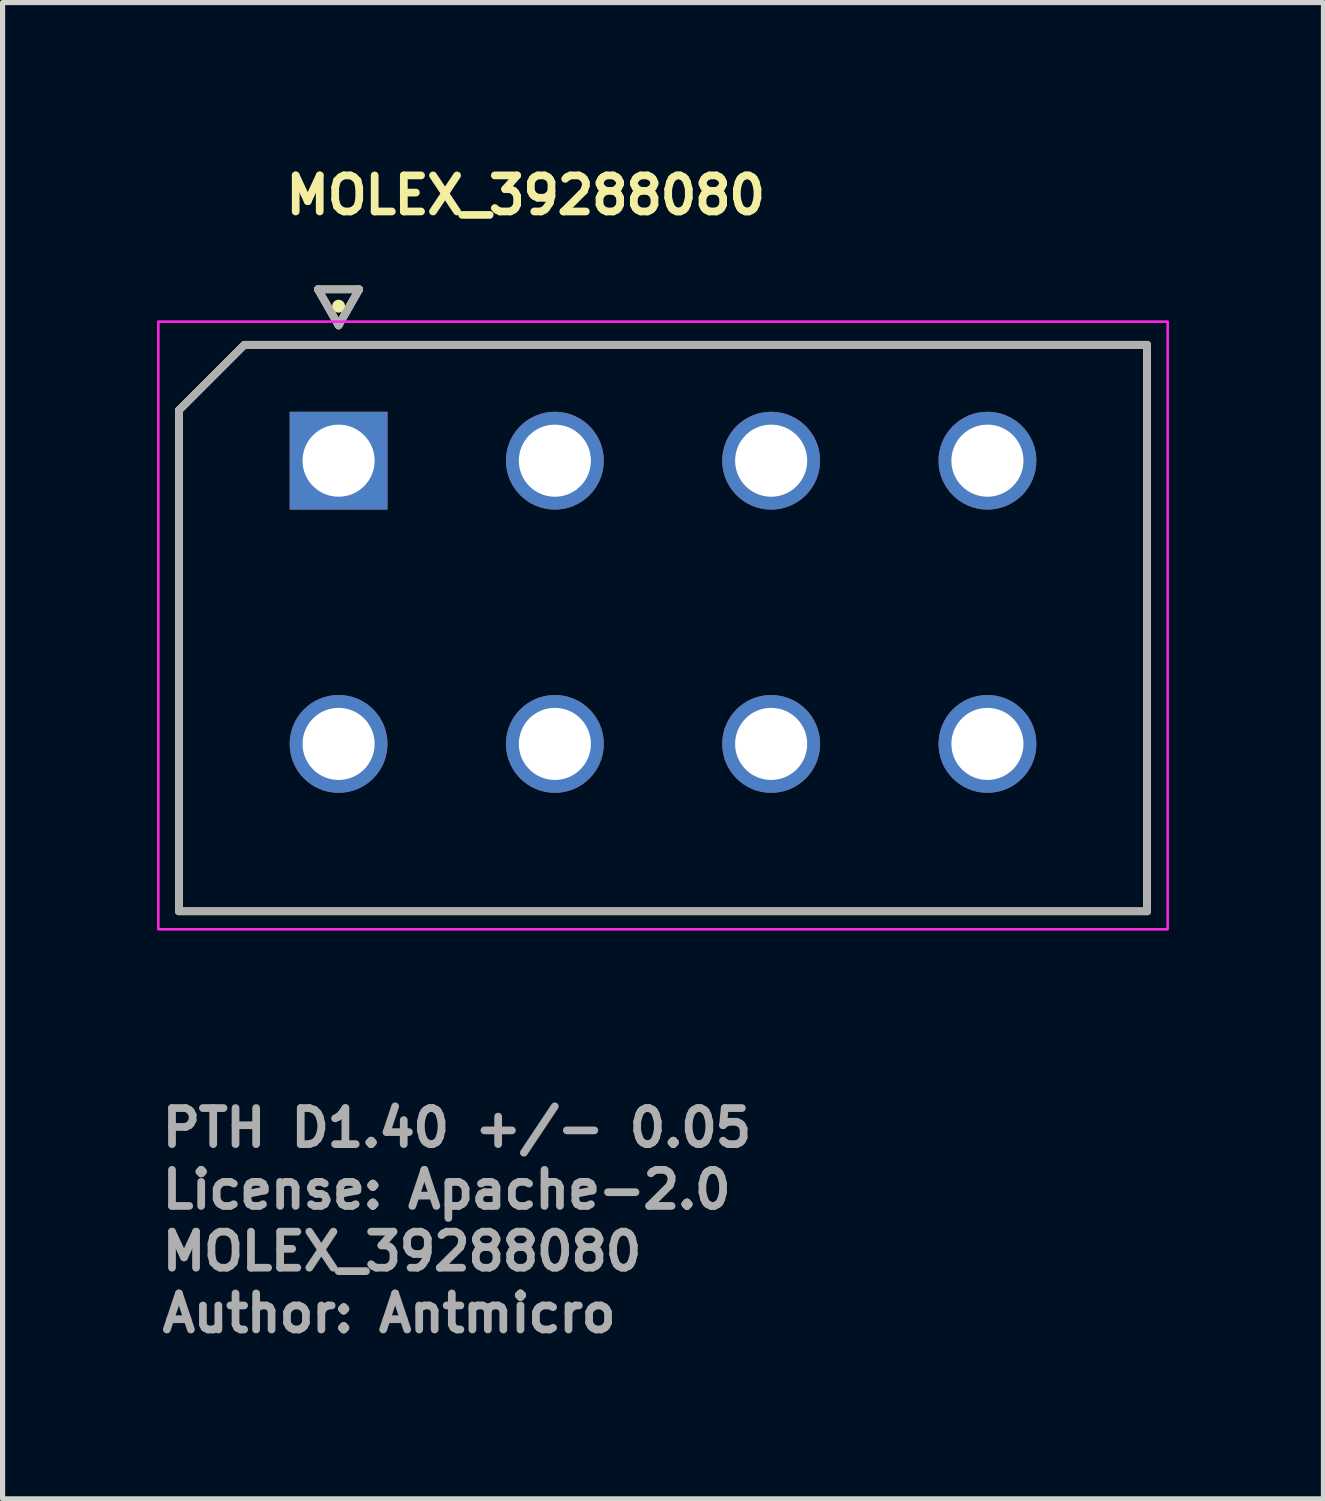
<source format=kicad_pcb>
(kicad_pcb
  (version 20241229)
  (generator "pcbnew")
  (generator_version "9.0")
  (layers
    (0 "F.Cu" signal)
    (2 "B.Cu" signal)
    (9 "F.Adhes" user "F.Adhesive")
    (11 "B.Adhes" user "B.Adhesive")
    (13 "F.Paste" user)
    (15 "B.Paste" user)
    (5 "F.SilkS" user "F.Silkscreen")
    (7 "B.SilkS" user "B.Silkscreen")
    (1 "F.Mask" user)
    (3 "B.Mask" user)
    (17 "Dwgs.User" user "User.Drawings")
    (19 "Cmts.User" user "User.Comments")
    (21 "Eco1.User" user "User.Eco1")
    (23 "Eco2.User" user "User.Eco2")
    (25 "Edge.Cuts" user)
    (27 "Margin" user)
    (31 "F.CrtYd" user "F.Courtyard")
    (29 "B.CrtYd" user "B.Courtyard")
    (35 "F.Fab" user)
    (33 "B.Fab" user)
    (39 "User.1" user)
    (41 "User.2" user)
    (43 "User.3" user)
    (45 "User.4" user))
  (footprint "MOLEX_39288080"
    (layer "F.Cu")
    (at 3.525 5.896)
    (property "Reference" "MOLEX_39288080" (at -1.098 -4.746 0) (layer "F.SilkS") (effects (font (size 0.7 0.7) (thickness 0.15)) (justify left bottom)))
    (attr through_hole)
    (fp_circle (center 0 5.5) (end 0.513 5.5) (stroke (width 1.026) (type solid)) (fill no) (layer "F.Mask"))
    (fp_circle (center 4.2 0) (end 4.713 0) (stroke (width 1.026) (type solid)) (fill no) (layer "F.Mask"))
    (fp_circle (center 4.2 5.5) (end 4.713 5.5) (stroke (width 1.026) (type solid)) (fill no) (layer "F.Mask"))
    (fp_circle (center 8.4 0) (end 8.913 0) (stroke (width 1.026) (type solid)) (fill no) (layer "F.Mask"))
    (fp_circle (center 8.4 5.5) (end 8.913 5.5) (stroke (width 1.026) (type solid)) (fill no) (layer "F.Mask"))
    (fp_circle (center 12.6 0) (end 13.113 0) (stroke (width 1.026) (type solid)) (fill no) (layer "F.Mask"))
    (fp_circle (center 12.6 5.5) (end 13.113 5.5) (stroke (width 1.026) (type solid)) (fill no) (layer "F.Mask"))
    (fp_poly (pts (xy -1.026 -1.026) (xy 1.026 -1.026) (xy 1.026 1.026) (xy -1.026 1.026)) (stroke (width 0.01) (type solid)) (fill yes) (layer "F.Mask"))
    (fp_circle (center 0 5.5) (end 0.513 5.5) (stroke (width 1.026) (type solid)) (fill no) (layer "B.Mask"))
    (fp_circle (center 4.2 0) (end 4.713 0) (stroke (width 1.026) (type solid)) (fill no) (layer "B.Mask"))
    (fp_circle (center 4.2 5.5) (end 4.713 5.5) (stroke (width 1.026) (type solid)) (fill no) (layer "B.Mask"))
    (fp_circle (center 8.4 0) (end 8.913 0) (stroke (width 1.026) (type solid)) (fill no) (layer "B.Mask"))
    (fp_circle (center 8.4 5.5) (end 8.913 5.5) (stroke (width 1.026) (type solid)) (fill no) (layer "B.Mask"))
    (fp_circle (center 12.6 0) (end 13.113 0) (stroke (width 1.026) (type solid)) (fill no) (layer "B.Mask"))
    (fp_circle (center 12.6 5.5) (end 13.113 5.5) (stroke (width 1.026) (type solid)) (fill no) (layer "B.Mask"))
    (fp_poly (pts (xy -1.026 -1.026) (xy 1.026 -1.026) (xy 1.026 1.026) (xy -1.026 1.026)) (stroke (width 0.01) (type solid)) (fill yes) (layer "B.Mask"))
    (fp_line (start -3.1 8.75) (end -3.1 -0.98) (stroke (width 0.15) (type solid)) (layer "F.SilkS"))
    (fp_line (start -1.83 -2.25) (end -3.1 -0.98) (stroke (width 0.15) (type solid)) (layer "F.SilkS"))
    (fp_line (start -1.83 -2.25) (end 15.7 -2.25) (stroke (width 0.15) (type solid)) (layer "F.SilkS"))
    (fp_line (start -0.4 -3.327) (end 0 -2.627) (stroke (width 0.15) (type solid)) (layer "F.SilkS"))
    (fp_line (start 0 -2.627) (end 0.4 -3.327) (stroke (width 0.15) (type solid)) (layer "F.SilkS"))
    (fp_line (start 0.4 -3.327) (end -0.4 -3.327) (stroke (width 0.15) (type solid)) (layer "F.SilkS"))
    (fp_line (start 15.7 -2.25) (end 15.7 8.75) (stroke (width 0.15) (type solid)) (layer "F.SilkS"))
    (fp_line (start 15.7 8.75) (end -3.1 8.75) (stroke (width 0.15) (type solid)) (layer "F.SilkS"))
    (fp_circle (center 0 -3) (end 0.05 -3) (stroke (width 0.15) (type solid)) (fill yes) (layer "F.SilkS"))
    (fp_rect (start -3.5 -2.7) (end 16.1 9.1) (stroke (width 0.05) (type solid)) (fill no) (layer "F.CrtYd"))
    (fp_line (start -3.1 8.75) (end -3.1 -0.98) (stroke (width 0.15) (type solid)) (layer "F.Fab"))
    (fp_line (start -1.83 -2.25) (end -3.1 -0.98) (stroke (width 0.15) (type solid)) (layer "F.Fab"))
    (fp_line (start -1.83 -2.25) (end 15.7 -2.25) (stroke (width 0.15) (type solid)) (layer "F.Fab"))
    (fp_line (start -0.4 -3.327) (end 0 -2.627) (stroke (width 0.15) (type solid)) (layer "F.Fab"))
    (fp_line (start 0 -2.627) (end 0.4 -3.327) (stroke (width 0.15) (type solid)) (layer "F.Fab"))
    (fp_line (start 0.4 -3.327) (end -0.4 -3.327) (stroke (width 0.15) (type solid)) (layer "F.Fab"))
    (fp_line (start 15.7 -2.25) (end 15.7 8.75) (stroke (width 0.15) (type solid)) (layer "F.Fab"))
    (fp_line (start 15.7 8.75) (end -3.1 8.75) (stroke (width 0.15) (type solid)) (layer "F.Fab"))
    (fp_rect (start -3.1 -2.3) (end 15.7 8.7) (stroke (width 0.1) (type solid)) (fill no) (layer "User.5"))
    (fp_line (start -3.1 -0.1) (end -3.099 -0.126) (stroke (width 0.02) (type solid)) (layer "User.9"))
    (fp_line (start -3.099 -0.126) (end -3.097 -0.152) (stroke (width 0.02) (type solid)) (layer "User.9"))
    (fp_line (start -3.099 -0.074) (end -3.1 -0.1) (stroke (width 0.02) (type solid)) (layer "User.9"))
    (fp_line (start -3.097 -0.152) (end -3.092 -0.177) (stroke (width 0.02) (type solid)) (layer "User.9"))
    (fp_line (start -3.097 -0.048) (end -3.099 -0.074) (stroke (width 0.02) (type solid)) (layer "User.9"))
    (fp_line (start -3.092 -0.177) (end -3.087 -0.203) (stroke (width 0.02) (type solid)) (layer "User.9"))
    (fp_line (start -3.092 -0.023) (end -3.097 -0.048) (stroke (width 0.02) (type solid)) (layer "User.9"))
    (fp_line (start -3.087 -0.203) (end -3.079 -0.228) (stroke (width 0.02) (type solid)) (layer "User.9"))
    (fp_line (start -3.087 0.003) (end -3.092 -0.023) (stroke (width 0.02) (type solid)) (layer "User.9"))
    (fp_line (start -3.079 -0.228) (end -3.07 -0.252) (stroke (width 0.02) (type solid)) (layer "User.9"))
    (fp_line (start -3.079 0.028) (end -3.087 0.003) (stroke (width 0.02) (type solid)) (layer "User.9"))
    (fp_line (start -3.07 -0.252) (end -3.059 -0.276) (stroke (width 0.02) (type solid)) (layer "User.9"))
    (fp_line (start -3.07 0.052) (end -3.079 0.028) (stroke (width 0.02) (type solid)) (layer "User.9"))
    (fp_line (start -3.059 -0.276) (end -3.046 -0.3) (stroke (width 0.02) (type solid)) (layer "User.9"))
    (fp_line (start -3.059 0.076) (end -3.07 0.052) (stroke (width 0.02) (type solid)) (layer "User.9"))
    (fp_line (start -3.046 -0.3) (end -3.046 -0.3) (stroke (width 0.02) (type solid)) (layer "User.9"))
    (fp_line (start -3.046 -0.3) (end -3.04 -0.311) (stroke (width 0.02) (type solid)) (layer "User.9"))
    (fp_line (start -3.046 0.1) (end -3.059 0.076) (stroke (width 0.02) (type solid)) (layer "User.9"))
    (fp_line (start -3.046 0.1) (end -3.046 0.1) (stroke (width 0.02) (type solid)) (layer "User.9"))
    (fp_line (start -3.04 -0.311) (end -3.032 -0.323) (stroke (width 0.02) (type solid)) (layer "User.9"))
    (fp_line (start -3.032 -0.323) (end -3.025 -0.334) (stroke (width 0.02) (type solid)) (layer "User.9"))
    (fp_line (start -3.032 0.123) (end -3.046 0.1) (stroke (width 0.02) (type solid)) (layer "User.9"))
    (fp_line (start -3.025 -0.334) (end -3.017 -0.344) (stroke (width 0.02) (type solid)) (layer "User.9"))
    (fp_line (start -3.017 -0.344) (end -3.009 -0.354) (stroke (width 0.02) (type solid)) (layer "User.9"))
    (fp_line (start -3.017 0.144) (end -3.032 0.123) (stroke (width 0.02) (type solid)) (layer "User.9"))
    (fp_line (start -3.009 -0.354) (end -3 -0.364) (stroke (width 0.02) (type solid)) (layer "User.9"))
    (fp_line (start -3 -0.364) (end -2.991 -0.374) (stroke (width 0.02) (type solid)) (layer "User.9"))
    (fp_line (start -3 0.164) (end -3.017 0.144) (stroke (width 0.02) (type solid)) (layer "User.9"))
    (fp_line (start -2.991 -0.374) (end -2.982 -0.383) (stroke (width 0.02) (type solid)) (layer "User.9"))
    (fp_line (start -2.982 -0.383) (end -2.973 -0.393) (stroke (width 0.02) (type solid)) (layer "User.9"))
    (fp_line (start -2.982 0.183) (end -3 0.164) (stroke (width 0.02) (type solid)) (layer "User.9"))
    (fp_line (start -2.973 -0.393) (end -2.963 -0.401) (stroke (width 0.02) (type solid)) (layer "User.9"))
    (fp_line (start -2.963 -0.401) (end -2.953 -0.41) (stroke (width 0.02) (type solid)) (layer "User.9"))
    (fp_line (start -2.963 0.201) (end -2.982 0.183) (stroke (width 0.02) (type solid)) (layer "User.9"))
    (fp_line (start -2.953 -0.41) (end -2.943 -0.418) (stroke (width 0.02) (type solid)) (layer "User.9"))
    (fp_line (start -2.943 -0.418) (end -2.933 -0.425) (stroke (width 0.02) (type solid)) (layer "User.9"))
    (fp_line (start -2.943 0.218) (end -2.963 0.201) (stroke (width 0.02) (type solid)) (layer "User.9"))
    (fp_line (start -2.933 -0.425) (end -2.922 -0.433) (stroke (width 0.02) (type solid)) (layer "User.9"))
    (fp_line (start -2.922 -0.433) (end -2.911 -0.44) (stroke (width 0.02) (type solid)) (layer "User.9"))
    (fp_line (start -2.922 0.233) (end -2.943 0.218) (stroke (width 0.02) (type solid)) (layer "User.9"))
    (fp_line (start -2.911 -0.44) (end -2.9 -0.446) (stroke (width 0.02) (type solid)) (layer "User.9"))
    (fp_line (start -2.9 -0.446) (end -2.889 -0.453) (stroke (width 0.02) (type solid)) (layer "User.9"))
    (fp_line (start -2.9 0.246) (end -2.922 0.233) (stroke (width 0.02) (type solid)) (layer "User.9"))
    (fp_line (start -2.889 -0.453) (end -2.877 -0.459) (stroke (width 0.02) (type solid)) (layer "User.9"))
    (fp_line (start -2.877 -0.459) (end -2.865 -0.464) (stroke (width 0.02) (type solid)) (layer "User.9"))
    (fp_line (start -2.877 0.259) (end -2.9 0.246) (stroke (width 0.02) (type solid)) (layer "User.9"))
    (fp_line (start -2.865 -0.464) (end -2.854 -0.469) (stroke (width 0.02) (type solid)) (layer "User.9"))
    (fp_line (start -2.854 -0.469) (end -2.842 -0.474) (stroke (width 0.02) (type solid)) (layer "User.9"))
    (fp_line (start -2.854 0.269) (end -2.877 0.259) (stroke (width 0.02) (type solid)) (layer "User.9"))
    (fp_line (start -2.842 -0.474) (end -2.829 -0.479) (stroke (width 0.02) (type solid)) (layer "User.9"))
    (fp_line (start -2.829 -0.479) (end -2.817 -0.483) (stroke (width 0.02) (type solid)) (layer "User.9"))
    (fp_line (start -2.829 0.279) (end -2.854 0.269) (stroke (width 0.02) (type solid)) (layer "User.9"))
    (fp_line (start -2.817 -0.483) (end -2.804 -0.486) (stroke (width 0.02) (type solid)) (layer "User.9"))
    (fp_line (start -2.804 -0.486) (end -2.792 -0.489) (stroke (width 0.02) (type solid)) (layer "User.9"))
    (fp_line (start -2.804 0.286) (end -2.829 0.279) (stroke (width 0.02) (type solid)) (layer "User.9"))
    (fp_line (start -2.792 -0.489) (end -2.779 -0.492) (stroke (width 0.02) (type solid)) (layer "User.9"))
    (fp_line (start -2.779 -0.492) (end -2.766 -0.495) (stroke (width 0.02) (type solid)) (layer "User.9"))
    (fp_line (start -2.779 0.292) (end -2.804 0.286) (stroke (width 0.02) (type solid)) (layer "User.9"))
    (fp_line (start -2.766 -0.495) (end -2.753 -0.496) (stroke (width 0.02) (type solid)) (layer "User.9"))
    (fp_line (start -2.753 -0.496) (end -2.74 -0.498) (stroke (width 0.02) (type solid)) (layer "User.9"))
    (fp_line (start -2.753 0.296) (end -2.779 0.292) (stroke (width 0.02) (type solid)) (layer "User.9"))
    (fp_line (start -2.74 -0.498) (end -2.727 -0.499) (stroke (width 0.02) (type solid)) (layer "User.9"))
    (fp_line (start -2.727 -0.499) (end -2.713 -0.5) (stroke (width 0.02) (type solid)) (layer "User.9"))
    (fp_line (start -2.727 0.299) (end -2.753 0.296) (stroke (width 0.02) (type solid)) (layer "User.9"))
    (fp_line (start -2.713 -0.5) (end -2.7 -0.5) (stroke (width 0.02) (type solid)) (layer "User.9"))
    (fp_line (start -2.7 -0.5) (end -2.7 -2.3) (stroke (width 0.02) (type solid)) (layer "User.9"))
    (fp_line (start -2.7 0.3) (end -2.727 0.299) (stroke (width 0.02) (type solid)) (layer "User.9"))
    (fp_line (start -2.7 7.3) (end -2.7 0.3) (stroke (width 0.02) (type solid)) (layer "User.9"))
    (fp_line (start -1.8 -1.4) (end -1.8 2.2) (stroke (width 0.02) (type solid)) (layer "User.9"))
    (fp_line (start -1.8 2.2) (end 1.8 2.2) (stroke (width 0.02) (type solid)) (layer "User.9"))
    (fp_line (start -1.8 3.7) (end -1.8 6.4) (stroke (width 0.02) (type solid)) (layer "User.9"))
    (fp_line (start -1.8 6.4) (end 1.8 6.4) (stroke (width 0.02) (type solid)) (layer "User.9"))
    (fp_line (start -0.9 2.8) (end -1.8 3.7) (stroke (width 0.02) (type solid)) (layer "User.9"))
    (fp_line (start -0.57 -0.35) (end -0.57 0.05) (stroke (width 0.02) (type solid)) (layer "User.9"))
    (fp_line (start -0.57 -0.35) (end 0.57 -0.35) (stroke (width 0.02) (type solid)) (layer "User.9"))
    (fp_line (start -0.57 0.05) (end -0.57 1.19) (stroke (width 0.02) (type solid)) (layer "User.9"))
    (fp_line (start -0.57 0.05) (end 0.57 0.05) (stroke (width 0.02) (type solid)) (layer "User.9"))
    (fp_line (start -0.57 1.19) (end 0.57 1.19) (stroke (width 0.02) (type solid)) (layer "User.9"))
    (fp_line (start -0.57 4.21) (end -0.57 5.35) (stroke (width 0.02) (type solid)) (layer "User.9"))
    (fp_line (start -0.57 4.21) (end 0.57 4.21) (stroke (width 0.02) (type solid)) (layer "User.9"))
    (fp_line (start -0.57 5.35) (end -0.57 5.75) (stroke (width 0.02) (type solid)) (layer "User.9"))
    (fp_line (start -0.57 5.35) (end 0.57 5.35) (stroke (width 0.02) (type solid)) (layer "User.9"))
    (fp_line (start -0.57 5.75) (end 0.57 5.75) (stroke (width 0.02) (type solid)) (layer "User.9"))
    (fp_line (start 0.57 -0.35) (end 0.57 0.05) (stroke (width 0.02) (type solid)) (layer "User.9"))
    (fp_line (start 0.57 0.05) (end 0.57 1.19) (stroke (width 0.02) (type solid)) (layer "User.9"))
    (fp_line (start 0.57 4.21) (end 0.57 5.35) (stroke (width 0.02) (type solid)) (layer "User.9"))
    (fp_line (start 0.57 5.35) (end 0.57 5.75) (stroke (width 0.02) (type solid)) (layer "User.9"))
    (fp_line (start 0.9 2.8) (end -0.9 2.8) (stroke (width 0.02) (type solid)) (layer "User.9"))
    (fp_line (start 1.8 -1.4) (end -1.8 -1.4) (stroke (width 0.02) (type solid)) (layer "User.9"))
    (fp_line (start 1.8 2.2) (end 1.8 -1.4) (stroke (width 0.02) (type solid)) (layer "User.9"))
    (fp_line (start 1.8 3.7) (end 0.9 2.8) (stroke (width 0.02) (type solid)) (layer "User.9"))
    (fp_line (start 1.8 6.4) (end 1.8 3.7) (stroke (width 0.02) (type solid)) (layer "User.9"))
    (fp_line (start 2.4 -0.5) (end 2.4 2.2) (stroke (width 0.02) (type solid)) (layer "User.9"))
    (fp_line (start 2.4 2.2) (end 6 2.2) (stroke (width 0.02) (type solid)) (layer "User.9"))
    (fp_line (start 2.4 2.8) (end 2.4 6.4) (stroke (width 0.02) (type solid)) (layer "User.9"))
    (fp_line (start 2.4 6.4) (end 6 6.4) (stroke (width 0.02) (type solid)) (layer "User.9"))
    (fp_line (start 3.3 -1.4) (end 2.4 -0.5) (stroke (width 0.02) (type solid)) (layer "User.9"))
    (fp_line (start 3.63 -0.35) (end 3.63 0.05) (stroke (width 0.02) (type solid)) (layer "User.9"))
    (fp_line (start 3.63 -0.35) (end 4.77 -0.35) (stroke (width 0.02) (type solid)) (layer "User.9"))
    (fp_line (start 3.63 0.05) (end 3.63 1.19) (stroke (width 0.02) (type solid)) (layer "User.9"))
    (fp_line (start 3.63 0.05) (end 4.77 0.05) (stroke (width 0.02) (type solid)) (layer "User.9"))
    (fp_line (start 3.63 1.19) (end 4.77 1.19) (stroke (width 0.02) (type solid)) (layer "User.9"))
    (fp_line (start 3.63 4.21) (end 3.63 5.35) (stroke (width 0.02) (type solid)) (layer "User.9"))
    (fp_line (start 3.63 4.21) (end 4.77 4.21) (stroke (width 0.02) (type solid)) (layer "User.9"))
    (fp_line (start 3.63 5.35) (end 3.63 5.75) (stroke (width 0.02) (type solid)) (layer "User.9"))
    (fp_line (start 3.63 5.35) (end 4.77 5.35) (stroke (width 0.02) (type solid)) (layer "User.9"))
    (fp_line (start 3.63 5.75) (end 4.77 5.75) (stroke (width 0.02) (type solid)) (layer "User.9"))
    (fp_line (start 4.6 7.3) (end -2.7 7.3) (stroke (width 0.02) (type solid)) (layer "User.9"))
    (fp_line (start 4.6 8.7) (end 4.6 7.3) (stroke (width 0.02) (type solid)) (layer "User.9"))
    (fp_line (start 4.77 -0.35) (end 4.77 0.05) (stroke (width 0.02) (type solid)) (layer "User.9"))
    (fp_line (start 4.77 0.05) (end 4.77 1.19) (stroke (width 0.02) (type solid)) (layer "User.9"))
    (fp_line (start 4.77 4.21) (end 4.77 5.35) (stroke (width 0.02) (type solid)) (layer "User.9"))
    (fp_line (start 4.77 5.35) (end 4.77 5.75) (stroke (width 0.02) (type solid)) (layer "User.9"))
    (fp_line (start 5.1 -1.4) (end 3.3 -1.4) (stroke (width 0.02) (type solid)) (layer "User.9"))
    (fp_line (start 6 -0.5) (end 5.1 -1.4) (stroke (width 0.02) (type solid)) (layer "User.9"))
    (fp_line (start 6 2.2) (end 6 -0.5) (stroke (width 0.02) (type solid)) (layer "User.9"))
    (fp_line (start 6 2.8) (end 2.4 2.8) (stroke (width 0.02) (type solid)) (layer "User.9"))
    (fp_line (start 6 6.4) (end 6 2.8) (stroke (width 0.02) (type solid)) (layer "User.9"))
    (fp_line (start 6.6 -0.5) (end 6.6 2.2) (stroke (width 0.02) (type solid)) (layer "User.9"))
    (fp_line (start 6.6 2.2) (end 10.2 2.2) (stroke (width 0.02) (type solid)) (layer "User.9"))
    (fp_line (start 6.6 2.8) (end 6.6 6.4) (stroke (width 0.02) (type solid)) (layer "User.9"))
    (fp_line (start 6.6 6.4) (end 10.2 6.4) (stroke (width 0.02) (type solid)) (layer "User.9"))
    (fp_line (start 7.5 -1.4) (end 6.6 -0.5) (stroke (width 0.02) (type solid)) (layer "User.9"))
    (fp_line (start 7.83 -0.35) (end 7.83 0.05) (stroke (width 0.02) (type solid)) (layer "User.9"))
    (fp_line (start 7.83 -0.35) (end 8.97 -0.35) (stroke (width 0.02) (type solid)) (layer "User.9"))
    (fp_line (start 7.83 0.05) (end 7.83 1.19) (stroke (width 0.02) (type solid)) (layer "User.9"))
    (fp_line (start 7.83 0.05) (end 8.97 0.05) (stroke (width 0.02) (type solid)) (layer "User.9"))
    (fp_line (start 7.83 1.19) (end 8.97 1.19) (stroke (width 0.02) (type solid)) (layer "User.9"))
    (fp_line (start 7.83 4.21) (end 7.83 5.35) (stroke (width 0.02) (type solid)) (layer "User.9"))
    (fp_line (start 7.83 4.21) (end 8.97 4.21) (stroke (width 0.02) (type solid)) (layer "User.9"))
    (fp_line (start 7.83 5.35) (end 7.83 5.75) (stroke (width 0.02) (type solid)) (layer "User.9"))
    (fp_line (start 7.83 5.35) (end 8.97 5.35) (stroke (width 0.02) (type solid)) (layer "User.9"))
    (fp_line (start 7.83 5.75) (end 8.97 5.75) (stroke (width 0.02) (type solid)) (layer "User.9"))
    (fp_line (start 8 7.3) (end 4.6 7.3) (stroke (width 0.02) (type solid)) (layer "User.9"))
    (fp_line (start 8 8.7) (end 4.6 8.7) (stroke (width 0.02) (type solid)) (layer "User.9"))
    (fp_line (start 8 8.7) (end 8 7.3) (stroke (width 0.02) (type solid)) (layer "User.9"))
    (fp_line (start 8.97 -0.35) (end 8.97 0.05) (stroke (width 0.02) (type solid)) (layer "User.9"))
    (fp_line (start 8.97 0.05) (end 8.97 1.19) (stroke (width 0.02) (type solid)) (layer "User.9"))
    (fp_line (start 8.97 4.21) (end 8.97 5.35) (stroke (width 0.02) (type solid)) (layer "User.9"))
    (fp_line (start 8.97 5.35) (end 8.97 5.75) (stroke (width 0.02) (type solid)) (layer "User.9"))
    (fp_line (start 9.3 -1.4) (end 7.5 -1.4) (stroke (width 0.02) (type solid)) (layer "User.9"))
    (fp_line (start 10.2 -0.5) (end 9.3 -1.4) (stroke (width 0.02) (type solid)) (layer "User.9"))
    (fp_line (start 10.2 2.2) (end 10.2 -0.5) (stroke (width 0.02) (type solid)) (layer "User.9"))
    (fp_line (start 10.2 2.8) (end 6.6 2.8) (stroke (width 0.02) (type solid)) (layer "User.9"))
    (fp_line (start 10.2 6.4) (end 10.2 2.8) (stroke (width 0.02) (type solid)) (layer "User.9"))
    (fp_line (start 10.8 -1.4) (end 10.8 2.2) (stroke (width 0.02) (type solid)) (layer "User.9"))
    (fp_line (start 10.8 2.2) (end 14.4 2.2) (stroke (width 0.02) (type solid)) (layer "User.9"))
    (fp_line (start 10.8 3.7) (end 10.8 6.4) (stroke (width 0.02) (type solid)) (layer "User.9"))
    (fp_line (start 10.8 6.4) (end 14.4 6.4) (stroke (width 0.02) (type solid)) (layer "User.9"))
    (fp_line (start 11.7 2.8) (end 10.8 3.7) (stroke (width 0.02) (type solid)) (layer "User.9"))
    (fp_line (start 12.03 -0.35) (end 12.03 0.05) (stroke (width 0.02) (type solid)) (layer "User.9"))
    (fp_line (start 12.03 -0.35) (end 13.17 -0.35) (stroke (width 0.02) (type solid)) (layer "User.9"))
    (fp_line (start 12.03 0.05) (end 12.03 1.19) (stroke (width 0.02) (type solid)) (layer "User.9"))
    (fp_line (start 12.03 0.05) (end 13.17 0.05) (stroke (width 0.02) (type solid)) (layer "User.9"))
    (fp_line (start 12.03 1.19) (end 13.17 1.19) (stroke (width 0.02) (type solid)) (layer "User.9"))
    (fp_line (start 12.03 4.21) (end 12.03 5.35) (stroke (width 0.02) (type solid)) (layer "User.9"))
    (fp_line (start 12.03 4.21) (end 13.17 4.21) (stroke (width 0.02) (type solid)) (layer "User.9"))
    (fp_line (start 12.03 5.35) (end 12.03 5.75) (stroke (width 0.02) (type solid)) (layer "User.9"))
    (fp_line (start 12.03 5.35) (end 13.17 5.35) (stroke (width 0.02) (type solid)) (layer "User.9"))
    (fp_line (start 12.03 5.75) (end 13.17 5.75) (stroke (width 0.02) (type solid)) (layer "User.9"))
    (fp_line (start 13.17 -0.35) (end 13.17 0.05) (stroke (width 0.02) (type solid)) (layer "User.9"))
    (fp_line (start 13.17 0.05) (end 13.17 1.19) (stroke (width 0.02) (type solid)) (layer "User.9"))
    (fp_line (start 13.17 4.21) (end 13.17 5.35) (stroke (width 0.02) (type solid)) (layer "User.9"))
    (fp_line (start 13.17 5.35) (end 13.17 5.75) (stroke (width 0.02) (type solid)) (layer "User.9"))
    (fp_line (start 13.5 2.8) (end 11.7 2.8) (stroke (width 0.02) (type solid)) (layer "User.9"))
    (fp_line (start 14.4 -1.4) (end 10.8 -1.4) (stroke (width 0.02) (type solid)) (layer "User.9"))
    (fp_line (start 14.4 2.2) (end 14.4 -1.4) (stroke (width 0.02) (type solid)) (layer "User.9"))
    (fp_line (start 14.4 3.7) (end 13.5 2.8) (stroke (width 0.02) (type solid)) (layer "User.9"))
    (fp_line (start 14.4 6.4) (end 14.4 3.7) (stroke (width 0.02) (type solid)) (layer "User.9"))
    (fp_line (start 15.3 -2.3) (end -2.7 -2.3) (stroke (width 0.02) (type solid)) (layer "User.9"))
    (fp_line (start 15.3 4.09) (end 15.3 -2.3) (stroke (width 0.02) (type solid)) (layer "User.9"))
    (fp_line (start 15.3 4.09) (end 15.7 4.49) (stroke (width 0.02) (type solid)) (layer "User.9"))
    (fp_line (start 15.3 7.3) (end 8 7.3) (stroke (width 0.02) (type solid)) (layer "User.9"))
    (fp_line (start 15.3 7.3) (end 15.3 5.89) (stroke (width 0.02) (type solid)) (layer "User.9"))
    (fp_line (start 15.7 4.49) (end 15.7 5.49) (stroke (width 0.02) (type solid)) (layer "User.9"))
    (fp_line (start 15.7 5.49) (end 15.3 5.89) (stroke (width 0.02) (type solid)) (layer "User.9"))
    (fp_text user "License: Apache-2.0" (at -3.5 14.565 0) (layer "F.Fab") (effects (font (size 0.7 0.7) (thickness 0.15)) (justify left bottom)))
    (fp_text user "PTH D1.40 +/- 0.05" (at -3.5 13.365 0) (layer "F.Fab") (effects (font (size 0.7 0.7) (thickness 0.15)) (justify left bottom)))
    (fp_text user "Author: Antmicro" (at -3.5 16.965 0) (layer "F.Fab") (effects (font (size 0.7 0.7) (thickness 0.15)) (justify left bottom)))
    (fp_text user "${REFERENCE}" (at -3.5 15.765 0) (layer "F.Fab") (effects (font (size 0.7 0.7) (thickness 0.15)) (justify left bottom)))
    (pad "1" thru_hole rect (at 0 0) (size 1.9 1.9) (drill 1.4) (layers "*.Cu"))
    (pad "2" thru_hole circle (at 4.2 0) (size 1.9 1.9) (drill 1.4) (layers "*.Cu"))
    (pad "3" thru_hole circle (at 8.4 0) (size 1.9 1.9) (drill 1.4) (layers "*.Cu"))
    (pad "4" thru_hole circle (at 12.6 0) (size 1.9 1.9) (drill 1.4) (layers "*.Cu"))
    (pad "5" thru_hole circle (at 0 5.5) (size 1.9 1.9) (drill 1.4) (layers "*.Cu"))
    (pad "6" thru_hole circle (at 4.2 5.5) (size 1.9 1.9) (drill 1.4) (layers "*.Cu"))
    (pad "7" thru_hole circle (at 8.4 5.5) (size 1.9 1.9) (drill 1.4) (layers "*.Cu"))
    (pad "8" thru_hole circle (at 12.6 5.5) (size 1.9 1.9) (drill 1.4) (layers "*.Cu")))
  (gr_rect
    (start -3 -3)
    (end 22.65 26.056)
    (stroke (width 0.1) (type default))
    (fill no)
    (layer "Edge.Cuts")))
</source>
